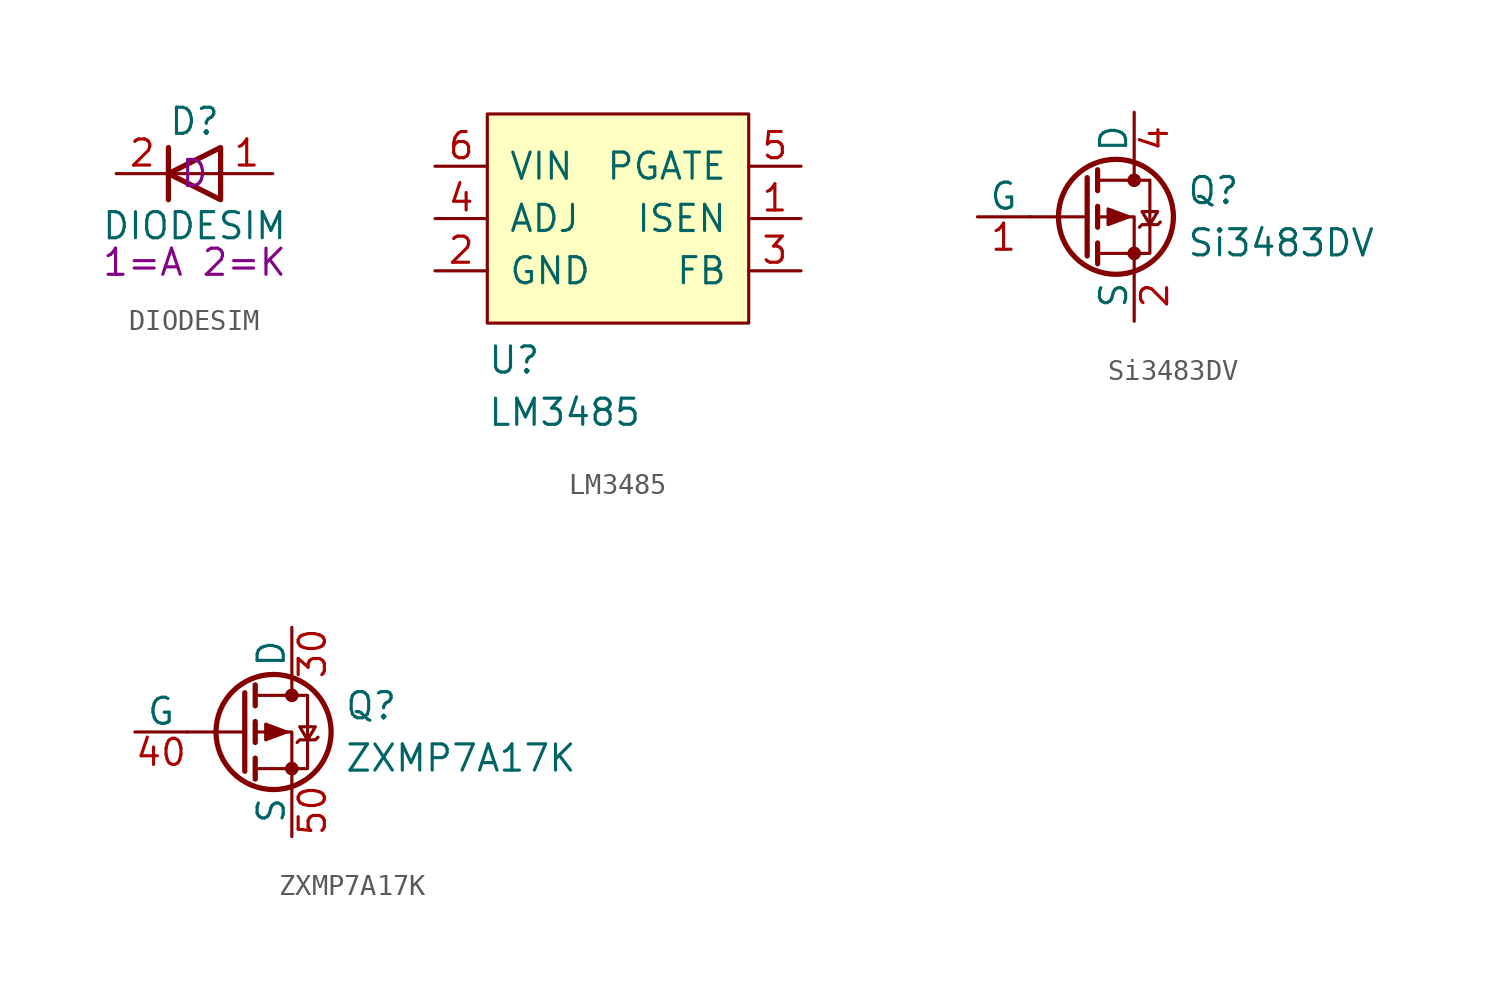
<source format=kicad_sym>
(kicad_symbol_lib
  (version 20231120)
  (generator "kicad_symbol_editor")
  (generator_version "8.0")
  (symbol "DIODESIM"
    (pin_names
      (offset 1.016) hide)
    (property "Reference" "D"
      (at 0 2.54 0)
      (effects (font (size 1.27 1.27))))
    (property "Value" "DIODESIM"
      (at 0 -2.54 0)
      (effects (font (size 1.27 1.27))))
    (property "Sim.Device" "D"
      (at 0 0 0)
      (effects (font (size 1.27 1.27))))
    (property "Sim.Pins" "1=A 2=K"
      (at 0 -4.318 0)
      (effects (font (size 1.27 1.27))))
    (symbol "DIODESIM_0_1"
      (polyline (pts (xy -1.27 1.27) (xy -1.27 -1.27)) (stroke (width 0.254) (type default)) (fill (type none)))
      (polyline (pts (xy 1.27 0) (xy -1.27 0)) (stroke (width 0) (type default)) (fill (type none)))
      (polyline (pts (xy 1.27 1.27) (xy 1.27 -1.27) (xy -1.27 0) (xy 1.27 1.27)) (stroke (width 0.254) (type default)) (fill (type none))))
    (symbol "DIODESIM_1_1"
      (pin passive line (at 3.81 0 180) (length 2.54) (name "A" (effects (font (size 1.27 1.27)))) (number "1" (effects (font (size 1.27 1.27)))))
      (pin passive line (at -3.81 0 0) (length 2.54) (name "K" (effects (font (size 1.27 1.27)))) (number "2" (effects (font (size 1.27 1.27)))))))
  (symbol "LM3485"
    (pin_names
      (offset 1.016))
    (property "Reference" "U"
      (at -6.35 -7.62 0)
      (effects (font (size 1.27 1.27)) (justify left bottom)))
    (property "Value" "LM3485"
      (at -6.35 -10.16 0)
      (effects (font (size 1.27 1.27)) (justify left bottom)))
    (symbol "LM3485_0_1"
      (rectangle (start -6.35 5.08) (end 6.35 -5.08) (stroke (width 0) (type default)) (fill (type background))))
    (symbol "LM3485_1_1"
      (pin passive line (at 8.89 0 180) (length 2.54) (name "ISEN" (effects (font (size 1.27 1.27)))) (number "1" (effects (font (size 1.27 1.27)))))
      (pin passive line (at -8.89 -2.54 0) (length 2.54) (name "GND" (effects (font (size 1.27 1.27)))) (number "2" (effects (font (size 1.27 1.27)))))
      (pin passive line (at 8.89 -2.54 180) (length 2.54) (name "FB" (effects (font (size 1.27 1.27)))) (number "3" (effects (font (size 1.27 1.27)))))
      (pin passive line (at -8.89 0 0) (length 2.54) (name "ADJ" (effects (font (size 1.27 1.27)))) (number "4" (effects (font (size 1.27 1.27)))))
      (pin passive line (at 8.89 2.54 180) (length 2.54) (name "PGATE" (effects (font (size 1.27 1.27)))) (number "5" (effects (font (size 1.27 1.27)))))
      (pin passive line (at -8.89 2.54 0) (length 2.54) (name "VIN" (effects (font (size 1.27 1.27)))) (number "6" (effects (font (size 1.27 1.27)))))))
  (symbol "Si3483DV"
    (pin_names
      (offset 0))
    (property "Reference" "Q"
      (at 5.08 1.27 0)
      (effects (font (size 1.27 1.27)) (justify left)))
    (property "Value" "Si3483DV"
      (at 5.08 -1.27 0)
      (effects (font (size 1.27 1.27)) (justify left)))
    (symbol "Si3483DV_0_1"
      (polyline (pts (xy 0.254 0) (xy -2.54 0)) (stroke (width 0) (type default)) (fill (type none)))
      (polyline (pts (xy 0.254 1.905) (xy 0.254 -1.905)) (stroke (width 0.254) (type default)) (fill (type none)))
      (polyline (pts (xy 0.762 -1.27) (xy 0.762 -2.286)) (stroke (width 0.254) (type default)) (fill (type none)))
      (polyline (pts (xy 0.762 0.508) (xy 0.762 -0.508)) (stroke (width 0.254) (type default)) (fill (type none)))
      (polyline (pts (xy 0.762 2.286) (xy 0.762 1.27)) (stroke (width 0.254) (type default)) (fill (type none)))
      (polyline (pts (xy 2.54 2.54) (xy 2.54 1.778)) (stroke (width 0) (type default)) (fill (type none)))
      (polyline (pts (xy 2.54 -2.54) (xy 2.54 0) (xy 0.762 0)) (stroke (width 0) (type default)) (fill (type none)))
      (polyline (pts (xy 0.762 1.778) (xy 3.302 1.778) (xy 3.302 -1.778) (xy 0.762 -1.778)) (stroke (width 0) (type default)) (fill (type none)))
      (polyline (pts (xy 2.286 0) (xy 1.27 0.381) (xy 1.27 -0.381) (xy 2.286 0)) (stroke (width 0) (type default)) (fill (type outline)))
      (polyline (pts (xy 2.794 -0.508) (xy 2.921 -0.381) (xy 3.683 -0.381) (xy 3.81 -0.254)) (stroke (width 0) (type default)) (fill (type none)))
      (polyline (pts (xy 3.302 -0.381) (xy 2.921 0.254) (xy 3.683 0.254) (xy 3.302 -0.381)) (stroke (width 0) (type default)) (fill (type none)))
      (circle (center 1.651 0) (radius 2.794) (stroke (width 0.254) (type default)) (fill (type none)))
      (circle (center 2.54 -1.778) (radius 0.254) (stroke (width 0) (type default)) (fill (type outline)))
      (circle (center 2.54 1.778) (radius 0.254) (stroke (width 0) (type default)) (fill (type outline))))
    (symbol "Si3483DV_1_1"
      (pin input line (at -5.08 0 0) (length 2.54) (name "G" (effects (font (size 1.27 1.27)))) (number "1" (effects (font (size 1.27 1.27)))))
      (pin passive line (at 2.54 -5.08 90) (length 2.54) (name "S" (effects (font (size 1.27 1.27)))) (number "2" (effects (font (size 1.27 1.27)))))
      (pin passive line (at 2.54 5.08 270) (length 2.54) (name "D" (effects (font (size 1.27 1.27)))) (number "4" (effects (font (size 1.27 1.27)))))))
  (symbol "ZXMP7A17K"
    (pin_names
      (offset 0))
    (property "Reference" "Q"
      (at 5.08 1.27 0)
      (effects (font (size 1.27 1.27)) (justify left)))
    (property "Value" "ZXMP7A17K"
      (at 5.08 -1.27 0)
      (effects (font (size 1.27 1.27)) (justify left)))
    (symbol "ZXMP7A17K_0_1"
      (polyline (pts (xy 0.254 0) (xy -2.54 0)) (stroke (width 0) (type default)) (fill (type none)))
      (polyline (pts (xy 0.254 1.905) (xy 0.254 -1.905)) (stroke (width 0.254) (type default)) (fill (type none)))
      (polyline (pts (xy 0.762 -1.27) (xy 0.762 -2.286)) (stroke (width 0.254) (type default)) (fill (type none)))
      (polyline (pts (xy 0.762 0.508) (xy 0.762 -0.508)) (stroke (width 0.254) (type default)) (fill (type none)))
      (polyline (pts (xy 0.762 2.286) (xy 0.762 1.27)) (stroke (width 0.254) (type default)) (fill (type none)))
      (polyline (pts (xy 2.54 2.54) (xy 2.54 1.778)) (stroke (width 0) (type default)) (fill (type none)))
      (polyline (pts (xy 2.54 -2.54) (xy 2.54 0) (xy 0.762 0)) (stroke (width 0) (type default)) (fill (type none)))
      (polyline (pts (xy 0.762 1.778) (xy 3.302 1.778) (xy 3.302 -1.778) (xy 0.762 -1.778)) (stroke (width 0) (type default)) (fill (type none)))
      (polyline (pts (xy 2.286 0) (xy 1.27 0.381) (xy 1.27 -0.381) (xy 2.286 0)) (stroke (width 0) (type default)) (fill (type outline)))
      (polyline (pts (xy 2.794 -0.508) (xy 2.921 -0.381) (xy 3.683 -0.381) (xy 3.81 -0.254)) (stroke (width 0) (type default)) (fill (type none)))
      (polyline (pts (xy 3.302 -0.381) (xy 2.921 0.254) (xy 3.683 0.254) (xy 3.302 -0.381)) (stroke (width 0) (type default)) (fill (type none)))
      (circle (center 1.651 0) (radius 2.794) (stroke (width 0.254) (type default)) (fill (type none)))
      (circle (center 2.54 -1.778) (radius 0.254) (stroke (width 0) (type default)) (fill (type outline)))
      (circle (center 2.54 1.778) (radius 0.254) (stroke (width 0) (type default)) (fill (type outline))))
    (symbol "ZXMP7A17K_1_1"
      (pin passive line (at 2.54 5.08 270) (length 2.54) (name "D" (effects (font (size 1.27 1.27)))) (number "30" (effects (font (size 1.27 1.27)))))
      (pin input line (at -5.08 0 0) (length 2.54) (name "G" (effects (font (size 1.27 1.27)))) (number "40" (effects (font (size 1.27 1.27)))))
      (pin passive line (at 2.54 -5.08 90) (length 2.54) (name "S" (effects (font (size 1.27 1.27)))) (number "50" (effects (font (size 1.27 1.27))))))))
</source>
